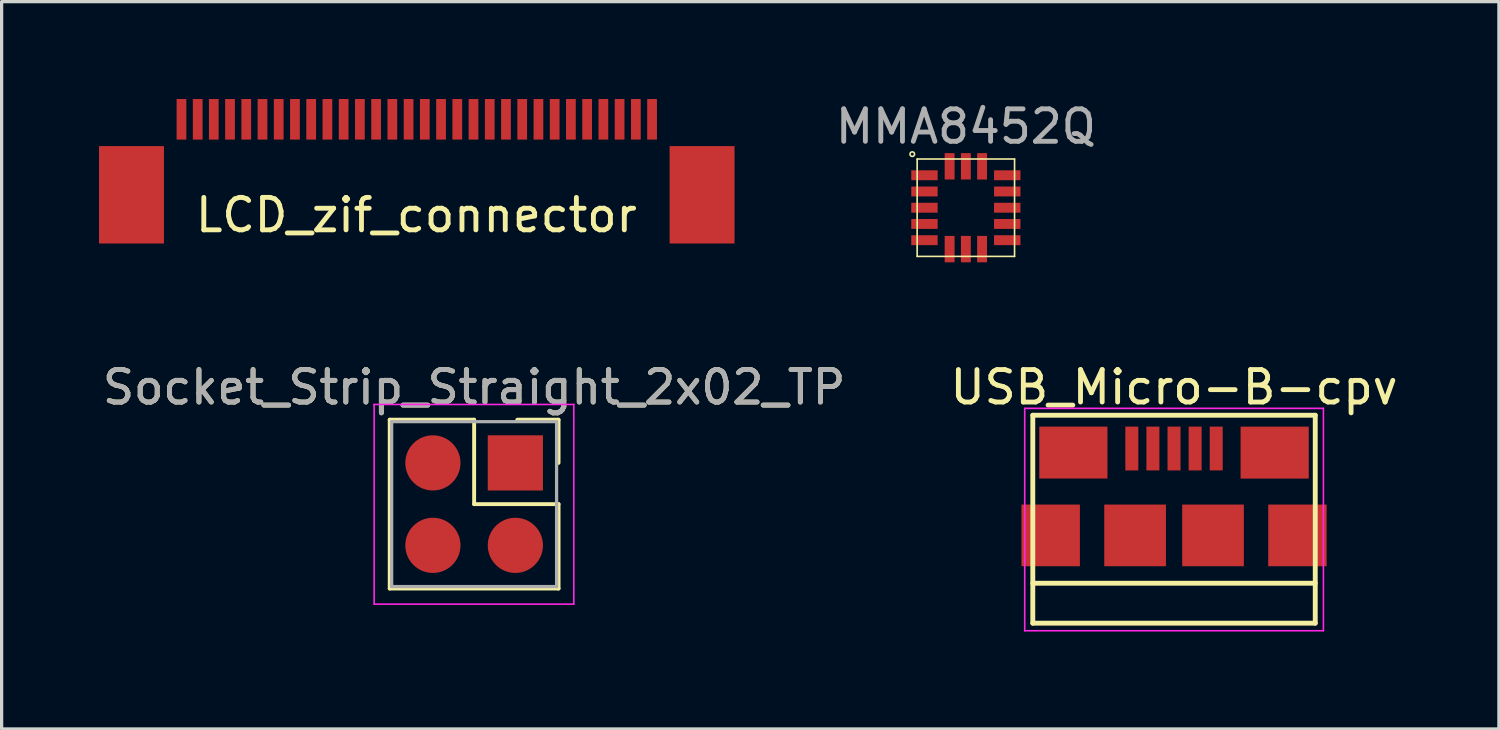
<source format=kicad_pcb>
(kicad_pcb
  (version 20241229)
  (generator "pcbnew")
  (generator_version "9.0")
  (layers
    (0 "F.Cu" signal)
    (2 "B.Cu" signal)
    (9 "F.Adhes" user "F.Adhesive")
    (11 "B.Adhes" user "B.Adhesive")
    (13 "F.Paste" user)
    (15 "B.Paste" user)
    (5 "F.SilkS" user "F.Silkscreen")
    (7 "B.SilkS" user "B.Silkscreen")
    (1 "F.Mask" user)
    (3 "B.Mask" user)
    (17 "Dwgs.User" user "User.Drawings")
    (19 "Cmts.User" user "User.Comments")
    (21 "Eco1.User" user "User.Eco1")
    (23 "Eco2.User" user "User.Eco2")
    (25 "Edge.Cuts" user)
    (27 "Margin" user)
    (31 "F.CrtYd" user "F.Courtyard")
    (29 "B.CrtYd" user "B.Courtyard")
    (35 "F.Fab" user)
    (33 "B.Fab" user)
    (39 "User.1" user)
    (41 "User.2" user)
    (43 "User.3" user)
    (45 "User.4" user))
  (footprint "MMA8452Q"
    (layer "F.Cu")
    (at 26.7 3.348)
    (property "Reference" "MMA8452Q" (at 0 -2.5 0) (layer "F.Fab") (effects (font (size 1 1) (thickness 0.15))))
    (attr smd)
    (fp_line (start -1.5 -1.5) (end 1.5 -1.5) (stroke (width 0.05) (type solid)) (layer "F.SilkS"))
    (fp_line (start -1.5 1.5) (end -1.5 -1.5) (stroke (width 0.05) (type solid)) (layer "F.SilkS"))
    (fp_line (start 1.5 -1.5) (end 1.5 1.5) (stroke (width 0.05) (type solid)) (layer "F.SilkS"))
    (fp_line (start 1.5 1.5) (end -1.5 1.5) (stroke (width 0.05) (type solid)) (layer "F.SilkS"))
    (fp_circle (center -1.65 -1.65) (end -1.6 -1.6) (stroke (width 0.05) (type solid)) (fill no) (layer "F.SilkS"))
    (pad "1" smd rect (at -1.275 -1) (size 0.813 0.305) (layers "F.Cu" "F.Mask" "F.Paste"))
    (pad "2" smd rect (at -1.275 -0.5) (size 0.813 0.305) (layers "F.Cu" "F.Mask" "F.Paste"))
    (pad "3" smd rect (at -1.275 0) (size 0.813 0.305) (layers "F.Cu" "F.Mask" "F.Paste"))
    (pad "4" smd rect (at -1.275 0.5) (size 0.813 0.305) (layers "F.Cu" "F.Mask" "F.Paste"))
    (pad "5" smd rect (at -1.275 1) (size 0.813 0.305) (layers "F.Cu" "F.Mask" "F.Paste"))
    (pad "6" smd rect (at -0.5 1.275 90) (size 0.813 0.305) (layers "F.Cu" "F.Mask" "F.Paste"))
    (pad "7" smd rect (at 0 1.275 90) (size 0.813 0.305) (layers "F.Cu" "F.Mask" "F.Paste"))
    (pad "8" smd rect (at 0.5 1.275 90) (size 0.813 0.305) (layers "F.Cu" "F.Mask" "F.Paste"))
    (pad "9" smd rect (at 1.275 1) (size 0.813 0.305) (layers "F.Cu" "F.Mask" "F.Paste"))
    (pad "10" smd rect (at 1.275 0.5) (size 0.813 0.305) (layers "F.Cu" "F.Mask" "F.Paste"))
    (pad "11" smd rect (at 1.275 0) (size 0.813 0.305) (layers "F.Cu" "F.Mask" "F.Paste"))
    (pad "12" smd rect (at 1.275 -0.5) (size 0.813 0.305) (layers "F.Cu" "F.Mask" "F.Paste"))
    (pad "13" smd rect (at 1.275 -1) (size 0.813 0.305) (layers "F.Cu" "F.Mask" "F.Paste"))
    (pad "14" smd rect (at 0.5 -1.275 90) (size 0.813 0.305) (layers "F.Cu" "F.Mask" "F.Paste"))
    (pad "15" smd rect (at 0 -1.275 90) (size 0.813 0.305) (layers "F.Cu" "F.Mask" "F.Paste"))
    (pad "16" smd rect (at -0.5 -1.275 90) (size 0.813 0.305) (layers "F.Cu" "F.Mask" "F.Paste")))
  (footprint "LCD_zif_connector"
    (layer "F.Cu")
    (at 9.775 3.075)
    (property "Reference" "LCD_zif_connector" (at 0 0.5 0) (layer "F.SilkS") (effects (font (size 1 1) (thickness 0.15))))
    (attr smd)
    (pad "1" smd rect (at -7.235 -2.45) (size 0.3 1.25) (layers "F.Cu" "F.Mask" "F.Paste"))
    (pad "2" smd rect (at -6.735 -2.45) (size 0.3 1.25) (layers "F.Cu" "F.Mask" "F.Paste"))
    (pad "3" smd rect (at -6.24 -2.45) (size 0.3 1.25) (layers "F.Cu" "F.Mask" "F.Paste"))
    (pad "4" smd rect (at -5.74 -2.45) (size 0.3 1.25) (layers "F.Cu" "F.Mask" "F.Paste"))
    (pad "5" smd rect (at -5.24 -2.45) (size 0.3 1.25) (layers "F.Cu" "F.Mask" "F.Paste"))
    (pad "6" smd rect (at -4.74 -2.45) (size 0.3 1.25) (layers "F.Cu" "F.Mask" "F.Paste"))
    (pad "7" smd rect (at -4.24 -2.45) (size 0.3 1.25) (layers "F.Cu" "F.Mask" "F.Paste"))
    (pad "8" smd rect (at -3.74 -2.45) (size 0.3 1.25) (layers "F.Cu" "F.Mask" "F.Paste"))
    (pad "9" smd rect (at -3.24 -2.45) (size 0.3 1.25) (layers "F.Cu" "F.Mask" "F.Paste"))
    (pad "10" smd rect (at -2.74 -2.45) (size 0.3 1.25) (layers "F.Cu" "F.Mask" "F.Paste"))
    (pad "11" smd rect (at -2.24 -2.45) (size 0.3 1.25) (layers "F.Cu" "F.Mask" "F.Paste"))
    (pad "12" smd rect (at -1.74 -2.45) (size 0.3 1.25) (layers "F.Cu" "F.Mask" "F.Paste"))
    (pad "13" smd rect (at -1.24 -2.45) (size 0.3 1.25) (layers "F.Cu" "F.Mask" "F.Paste"))
    (pad "14" smd rect (at -0.74 -2.45) (size 0.3 1.25) (layers "F.Cu" "F.Mask" "F.Paste"))
    (pad "15" smd rect (at -0.24 -2.45) (size 0.3 1.25) (layers "F.Cu" "F.Mask" "F.Paste"))
    (pad "16" smd rect (at 0.26 -2.45) (size 0.3 1.25) (layers "F.Cu" "F.Mask" "F.Paste"))
    (pad "17" smd rect (at 0.76 -2.45) (size 0.3 1.25) (layers "F.Cu" "F.Mask" "F.Paste"))
    (pad "18" smd rect (at 1.26 -2.45) (size 0.3 1.25) (layers "F.Cu" "F.Mask" "F.Paste"))
    (pad "19" smd rect (at 1.76 -2.45) (size 0.3 1.25) (layers "F.Cu" "F.Mask" "F.Paste"))
    (pad "20" smd rect (at 2.26 -2.45) (size 0.3 1.25) (layers "F.Cu" "F.Mask" "F.Paste"))
    (pad "21" smd rect (at 2.76 -2.45) (size 0.3 1.25) (layers "F.Cu" "F.Mask" "F.Paste"))
    (pad "22" smd rect (at 3.26 -2.45) (size 0.3 1.25) (layers "F.Cu" "F.Mask" "F.Paste"))
    (pad "23" smd rect (at 3.76 -2.45) (size 0.3 1.25) (layers "F.Cu" "F.Mask" "F.Paste"))
    (pad "24" smd rect (at 4.26 -2.45) (size 0.3 1.25) (layers "F.Cu" "F.Mask" "F.Paste"))
    (pad "25" smd rect (at 4.76 -2.45) (size 0.3 1.25) (layers "F.Cu" "F.Mask" "F.Paste"))
    (pad "26" smd rect (at 5.26 -2.45) (size 0.3 1.25) (layers "F.Cu" "F.Mask" "F.Paste"))
    (pad "27" smd rect (at 5.76 -2.45) (size 0.3 1.25) (layers "F.Cu" "F.Mask" "F.Paste"))
    (pad "28" smd rect (at 6.26 -2.45) (size 0.3 1.25) (layers "F.Cu" "F.Mask" "F.Paste"))
    (pad "29" smd rect (at 6.76 -2.45) (size 0.3 1.25) (layers "F.Cu" "F.Mask" "F.Paste"))
    (pad "30" smd rect (at 7.26 -2.45) (size 0.3 1.25) (layers "F.Cu" "F.Mask" "F.Paste"))
    (pad "31" smd rect (at -8.775 -0.125) (size 2 3) (layers "F.Cu" "F.Mask" "F.Paste"))
    (pad "31" smd rect (at 8.8 -0.125) (size 2 3) (layers "F.Cu" "F.Mask" "F.Paste")))
  (footprint "Socket_Strip_Straight_2x02_TP"
    (layer "F.Cu")
    (at 12.824 11.208)
    (property "Reference" "Socket_Strip_Straight_2x02_TP" (at -1.27 -2.33 0) (layer "F.SilkS") (effects (font (size 1 1) (thickness 0.15))))
    (attr through_hole)
    (fp_line (start -3.87 -1.33) (end -1.27 -1.33) (stroke (width 0.12) (type solid)) (layer "F.SilkS"))
    (fp_line (start -3.87 3.87) (end -3.87 -1.33) (stroke (width 0.12) (type solid)) (layer "F.SilkS"))
    (fp_line (start -1.27 -1.33) (end -1.27 1.27) (stroke (width 0.12) (type solid)) (layer "F.SilkS"))
    (fp_line (start -1.27 1.27) (end 1.33 1.27) (stroke (width 0.12) (type solid)) (layer "F.SilkS"))
    (fp_line (start 1.33 -1.33) (end 0.06 -1.33) (stroke (width 0.12) (type solid)) (layer "F.SilkS"))
    (fp_line (start 1.33 0) (end 1.33 -1.33) (stroke (width 0.12) (type solid)) (layer "F.SilkS"))
    (fp_line (start 1.33 1.27) (end 1.33 3.87) (stroke (width 0.12) (type solid)) (layer "F.SilkS"))
    (fp_line (start 1.33 3.87) (end -3.87 3.87) (stroke (width 0.12) (type solid)) (layer "F.SilkS"))
    (fp_line (start -4.35 -1.8) (end -4.35 4.35) (stroke (width 0.05) (type solid)) (layer "F.CrtYd"))
    (fp_line (start -4.35 4.35) (end 1.8 4.35) (stroke (width 0.05) (type solid)) (layer "F.CrtYd"))
    (fp_line (start 1.8 -1.8) (end -4.35 -1.8) (stroke (width 0.05) (type solid)) (layer "F.CrtYd"))
    (fp_line (start 1.8 4.35) (end 1.8 -1.8) (stroke (width 0.05) (type solid)) (layer "F.CrtYd"))
    (fp_line (start -3.81 -1.27) (end -3.81 3.81) (stroke (width 0.1) (type solid)) (layer "F.Fab"))
    (fp_line (start -3.81 3.81) (end 1.27 3.81) (stroke (width 0.1) (type solid)) (layer "F.Fab"))
    (fp_line (start 1.27 -1.27) (end -3.81 -1.27) (stroke (width 0.1) (type solid)) (layer "F.Fab"))
    (fp_line (start 1.27 3.81) (end 1.27 -1.27) (stroke (width 0.1) (type solid)) (layer "F.Fab"))
    (fp_text user "${REFERENCE}" (at -1.27 -2.33 0) (layer "F.Fab") (effects (font (size 1 1) (thickness 0.15))))
    (pad "1" smd rect (at 0 0) (size 1.7 1.7) (layers "F.Cu" "F.Mask" "F.Paste"))
    (pad "2" smd oval (at -2.54 0) (size 1.7 1.7) (layers "F.Cu" "F.Mask" "F.Paste"))
    (pad "3" smd oval (at 0 2.54) (size 1.7 1.7) (layers "F.Cu" "F.Mask" "F.Paste"))
    (pad "4" smd oval (at -2.54 2.54) (size 1.7 1.7) (layers "F.Cu" "F.Mask" "F.Paste")))
  (footprint "USB_Micro-B-cpv"
    (layer "F.Cu")
    (at 33.113 12.328)
    (property "Reference" "USB_Micro-B-cpv" (at 0 -3.45 0) (layer "F.SilkS") (effects (font (size 1 1) (thickness 0.15))))
    (attr smd)
    (fp_line (start -4.351 -2.588) (end 4.349 -2.588) (stroke (width 0.15) (type solid)) (layer "F.SilkS"))
    (fp_line (start -4.351 3.817) (end -4.351 -2.588) (stroke (width 0.15) (type solid)) (layer "F.SilkS"))
    (fp_line (start -4.351 3.817) (end 4.349 3.817) (stroke (width 0.15) (type solid)) (layer "F.SilkS"))
    (fp_line (start 4.349 -2.588) (end 4.349 3.817) (stroke (width 0.15) (type solid)) (layer "F.SilkS"))
    (fp_line (start 4.349 2.587) (end -4.351 2.587) (stroke (width 0.15) (type solid)) (layer "F.SilkS"))
    (fp_line (start -4.6 -2.8) (end 4.6 -2.8) (stroke (width 0.05) (type solid)) (layer "F.CrtYd"))
    (fp_line (start -4.6 4.05) (end -4.6 -2.8) (stroke (width 0.05) (type solid)) (layer "F.CrtYd"))
    (fp_line (start 4.6 -2.8) (end 4.6 4.05) (stroke (width 0.05) (type solid)) (layer "F.CrtYd"))
    (fp_line (start 4.6 4.05) (end -4.6 4.05) (stroke (width 0.05) (type solid)) (layer "F.CrtYd"))
    (pad "1" smd rect (at -1.301 -1.563 90) (size 1.35 0.4) (layers "F.Cu" "F.Mask" "F.Paste"))
    (pad "2" smd rect (at -0.651 -1.563 90) (size 1.35 0.4) (layers "F.Cu" "F.Mask" "F.Paste"))
    (pad "3" smd rect (at -0.001 -1.563 90) (size 1.35 0.4) (layers "F.Cu" "F.Mask" "F.Paste"))
    (pad "4" smd rect (at 0.649 -1.563 90) (size 1.35 0.4) (layers "F.Cu" "F.Mask" "F.Paste"))
    (pad "5" smd rect (at 1.299 -1.563 90) (size 1.35 0.4) (layers "F.Cu" "F.Mask" "F.Paste"))
    (pad "6" smd rect (at -3.8 1.113) (size 1.8 1.9) (layers "F.Cu" "F.Mask" "F.Paste"))
    (pad "6" smd rect (at -3.101 -1.438) (size 2.1 1.6) (layers "F.Cu" "F.Mask" "F.Paste"))
    (pad "6" smd rect (at -1.2 1.113) (size 1.9 1.9) (layers "F.Cu" "F.Mask" "F.Paste"))
    (pad "6" smd rect (at 1.2 1.113) (size 1.9 1.9) (layers "F.Cu" "F.Mask" "F.Paste"))
    (pad "6" smd rect (at 3.099 -1.437) (size 2.1 1.6) (layers "F.Cu" "F.Mask" "F.Paste"))
    (pad "6" smd rect (at 3.8 1.113) (size 1.8 1.9) (layers "F.Cu" "F.Mask" "F.Paste")))
  (gr_rect
    (start -3 -3)
    (end 43.119 19.403)
    (stroke (width 0.1) (type default))
    (fill no)
    (layer "Edge.Cuts")))
</source>
